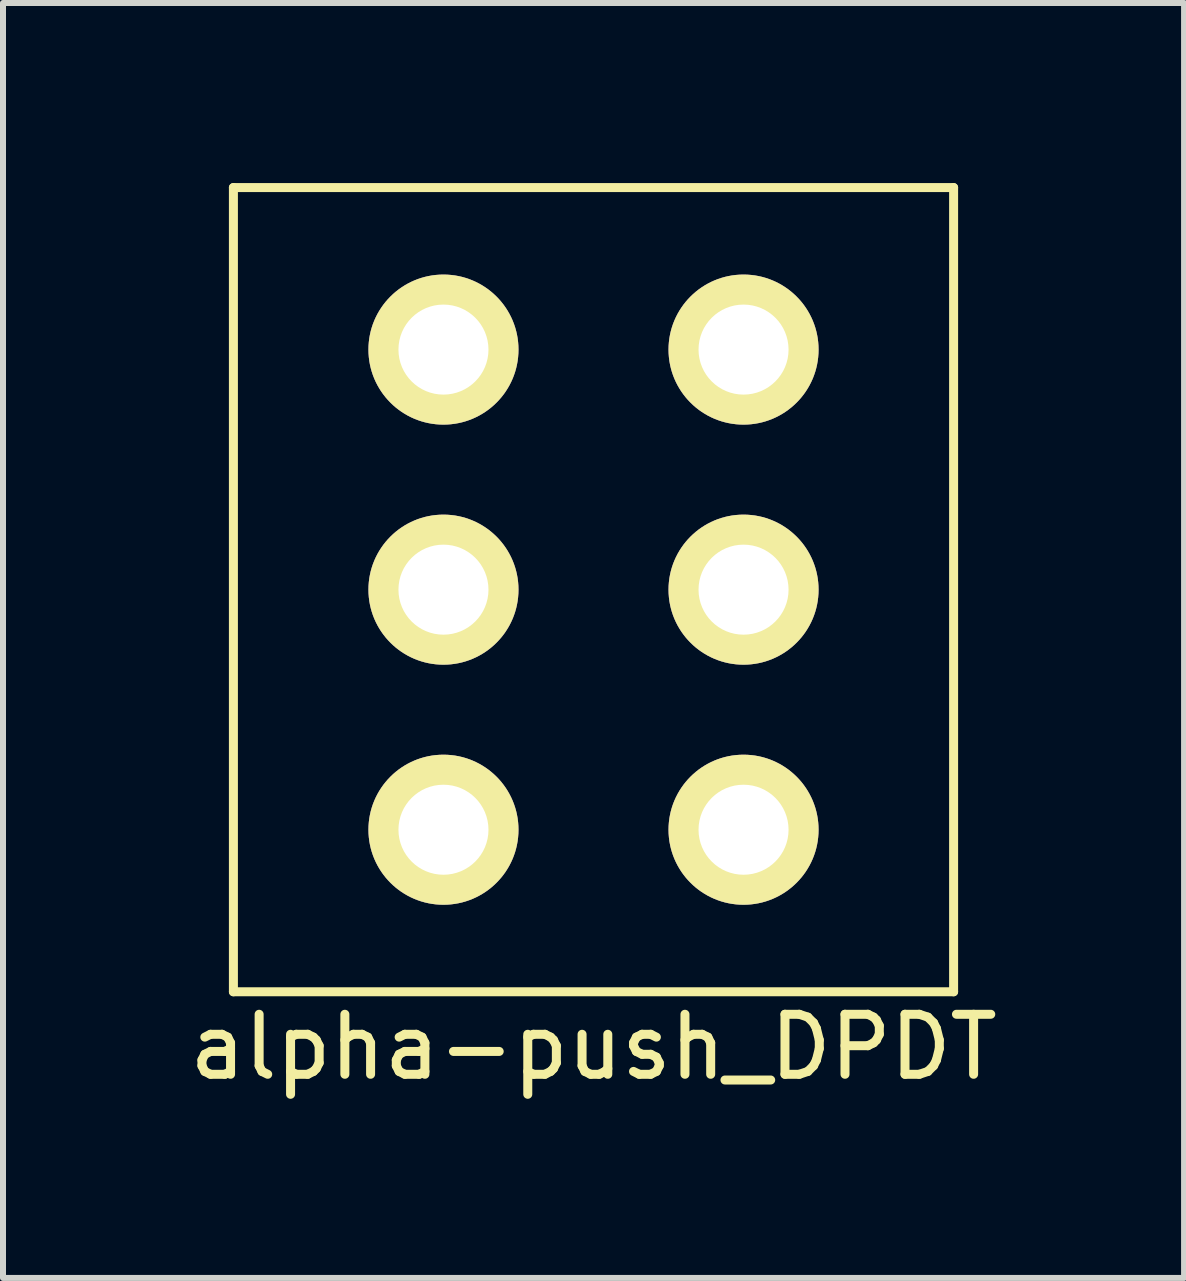
<source format=kicad_pcb>
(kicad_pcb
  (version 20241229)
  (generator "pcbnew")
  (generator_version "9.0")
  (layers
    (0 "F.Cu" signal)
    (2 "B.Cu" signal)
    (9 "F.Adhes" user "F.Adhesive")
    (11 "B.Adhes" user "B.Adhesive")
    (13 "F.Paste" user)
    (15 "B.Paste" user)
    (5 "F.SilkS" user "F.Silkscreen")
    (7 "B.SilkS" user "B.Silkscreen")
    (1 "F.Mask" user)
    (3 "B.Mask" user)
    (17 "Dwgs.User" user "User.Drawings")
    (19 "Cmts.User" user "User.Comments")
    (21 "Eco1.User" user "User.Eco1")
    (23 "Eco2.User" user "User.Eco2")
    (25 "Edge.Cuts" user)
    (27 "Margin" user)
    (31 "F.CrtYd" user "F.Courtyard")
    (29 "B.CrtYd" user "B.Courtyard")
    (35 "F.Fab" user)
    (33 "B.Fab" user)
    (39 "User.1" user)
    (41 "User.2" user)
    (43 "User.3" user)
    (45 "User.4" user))
  (footprint "alpha-push_DPDT"
    (layer "F.Cu")
    (at 6.839 6.775)
    (property "Reference" "alpha-push_DPDT" (at 0 7.62 0) (layer "F.SilkS") (effects (font (size 1 1) (thickness 0.15))))
    (attr through_hole)
    (fp_line (start -6 -6.7) (end -6 6.7) (stroke (width 0.15) (type solid)) (layer "F.SilkS"))
    (fp_line (start -6 6.7) (end 6 6.7) (stroke (width 0.15) (type solid)) (layer "F.SilkS"))
    (fp_line (start 6 -6.7) (end -6 -6.7) (stroke (width 0.15) (type solid)) (layer "F.SilkS"))
    (fp_line (start 6 6.7) (end 6 -6.7) (stroke (width 0.15) (type solid)) (layer "F.SilkS"))
    (pad "1" thru_hole circle (at 2.5 4) (size 2.5 2.5) (drill 1.5) (layers "*.Cu" "*.Mask" "F.SilkS"))
    (pad "2" thru_hole circle (at 2.5 0) (size 2.5 2.5) (drill 1.5) (layers "*.Cu" "*.Mask" "F.SilkS"))
    (pad "3" thru_hole circle (at 2.5 -4) (size 2.5 2.5) (drill 1.5) (layers "*.Cu" "*.Mask" "F.SilkS"))
    (pad "4" thru_hole circle (at -2.5 4) (size 2.5 2.5) (drill 1.5) (layers "*.Cu" "*.Mask" "F.SilkS"))
    (pad "5" thru_hole circle (at -2.5 0) (size 2.5 2.5) (drill 1.5) (layers "*.Cu" "*.Mask" "F.SilkS"))
    (pad "6" thru_hole circle (at -2.5 -4) (size 2.5 2.5) (drill 1.5) (layers "*.Cu" "*.Mask" "F.SilkS")))
  (gr_rect
    (start -3 -3)
    (end 16.679 18.243)
    (stroke (width 0.1) (type default))
    (fill no)
    (layer "Edge.Cuts")))
</source>
